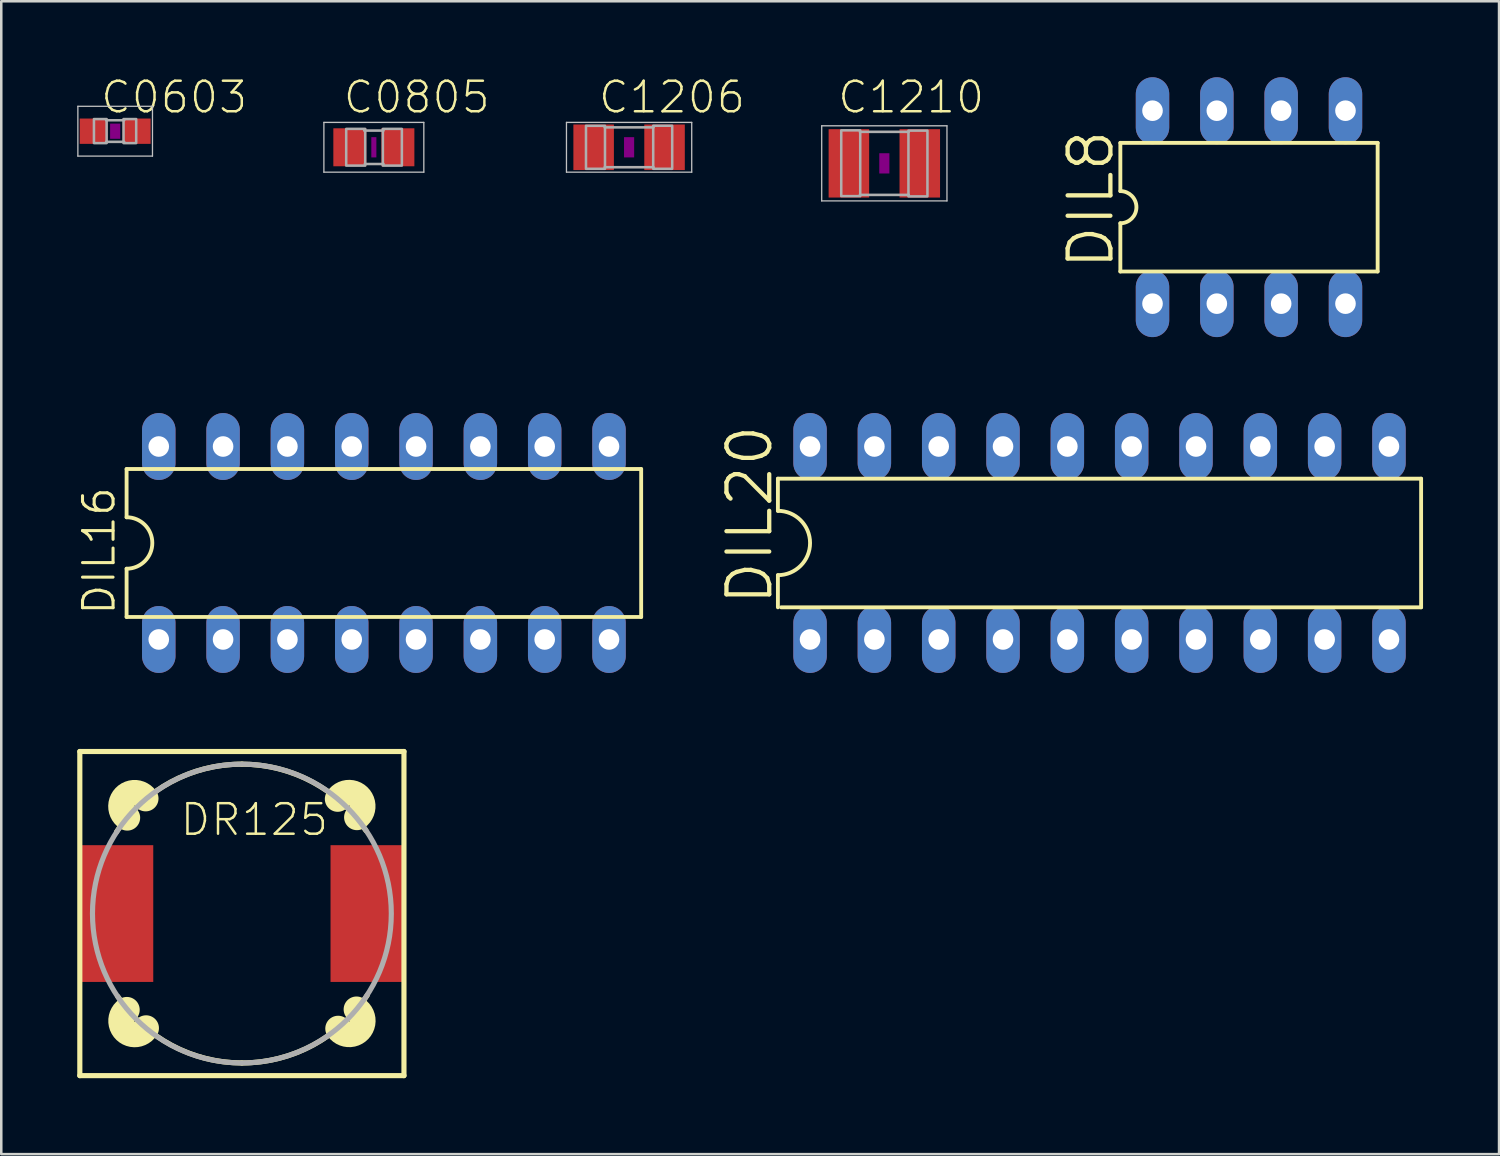
<source format=kicad_pcb>
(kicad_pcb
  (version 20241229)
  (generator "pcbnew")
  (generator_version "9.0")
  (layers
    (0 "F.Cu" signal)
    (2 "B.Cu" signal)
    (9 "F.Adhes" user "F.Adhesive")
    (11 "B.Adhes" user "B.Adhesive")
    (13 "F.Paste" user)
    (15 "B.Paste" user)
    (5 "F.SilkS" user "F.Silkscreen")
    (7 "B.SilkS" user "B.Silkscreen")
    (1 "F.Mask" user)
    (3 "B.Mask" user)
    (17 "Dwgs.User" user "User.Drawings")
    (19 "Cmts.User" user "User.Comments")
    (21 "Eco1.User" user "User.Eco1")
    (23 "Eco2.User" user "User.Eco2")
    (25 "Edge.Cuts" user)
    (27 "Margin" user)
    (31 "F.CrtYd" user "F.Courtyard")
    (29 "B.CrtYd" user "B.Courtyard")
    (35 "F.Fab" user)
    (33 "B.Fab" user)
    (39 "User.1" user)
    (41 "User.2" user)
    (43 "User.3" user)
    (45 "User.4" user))
  (footprint "DIL16"
    (layer "F.Cu")
    (at 12.109 18.392)
    (property "Reference" "DIL16" (at -10.541 2.921 90) (layer "F.SilkS") (effects (font (size 1.206 1.206) (thickness 0.121)) (justify left bottom)))
    (attr through_hole)
    (fp_line (start -10.16 -2.921) (end -10.16 -1.016) (stroke (width 0.152) (type solid)) (layer "F.SilkS"))
    (fp_line (start -10.16 2.921) (end -10.16 1.016) (stroke (width 0.152) (type solid)) (layer "F.SilkS"))
    (fp_line (start -10.16 2.921) (end 10.16 2.921) (stroke (width 0.152) (type solid)) (layer "F.SilkS"))
    (fp_line (start 10.16 -2.921) (end -10.16 -2.921) (stroke (width 0.152) (type solid)) (layer "F.SilkS"))
    (fp_line (start 10.16 -2.921) (end 10.16 2.921) (stroke (width 0.152) (type solid)) (layer "F.SilkS"))
    (fp_arc (start -10.16 -1.016) (mid -9.144 0) (end -10.16 1.016) (stroke (width 0.1524) (type solid)) (layer "F.SilkS"))
    (pad "1" thru_hole oval (at -8.89 3.81 90) (size 2.642 1.321) (drill 0.813) (layers "*.Cu" "*.Mask"))
    (pad "2" thru_hole oval (at -6.35 3.81 90) (size 2.642 1.321) (drill 0.813) (layers "*.Cu" "*.Mask"))
    (pad "3" thru_hole oval (at -3.81 3.81 90) (size 2.642 1.321) (drill 0.813) (layers "*.Cu" "*.Mask"))
    (pad "4" thru_hole oval (at -1.27 3.81 90) (size 2.642 1.321) (drill 0.813) (layers "*.Cu" "*.Mask"))
    (pad "5" thru_hole oval (at 1.27 3.81 90) (size 2.642 1.321) (drill 0.813) (layers "*.Cu" "*.Mask"))
    (pad "6" thru_hole oval (at 3.81 3.81 90) (size 2.642 1.321) (drill 0.813) (layers "*.Cu" "*.Mask"))
    (pad "7" thru_hole oval (at 6.35 3.81 90) (size 2.642 1.321) (drill 0.813) (layers "*.Cu" "*.Mask"))
    (pad "8" thru_hole oval (at 8.89 3.81 90) (size 2.642 1.321) (drill 0.813) (layers "*.Cu" "*.Mask"))
    (pad "9" thru_hole oval (at 8.89 -3.81 90) (size 2.642 1.321) (drill 0.813) (layers "*.Cu" "*.Mask"))
    (pad "10" thru_hole oval (at 6.35 -3.81 90) (size 2.642 1.321) (drill 0.813) (layers "*.Cu" "*.Mask"))
    (pad "11" thru_hole oval (at 3.81 -3.81 90) (size 2.642 1.321) (drill 0.813) (layers "*.Cu" "*.Mask"))
    (pad "12" thru_hole oval (at 1.27 -3.81 90) (size 2.642 1.321) (drill 0.813) (layers "*.Cu" "*.Mask"))
    (pad "13" thru_hole oval (at -1.27 -3.81 90) (size 2.642 1.321) (drill 0.813) (layers "*.Cu" "*.Mask"))
    (pad "14" thru_hole oval (at -3.81 -3.81 90) (size 2.642 1.321) (drill 0.813) (layers "*.Cu" "*.Mask"))
    (pad "15" thru_hole oval (at -6.35 -3.81 90) (size 2.642 1.321) (drill 0.813) (layers "*.Cu" "*.Mask"))
    (pad "16" thru_hole oval (at -8.89 -3.81 90) (size 2.642 1.321) (drill 0.813) (layers "*.Cu" "*.Mask")))
  (footprint "DIL8"
    (layer "F.Cu")
    (at 46.271 5.131)
    (property "Reference" "DIL8" (at -5.258 2.54 90) (layer "F.SilkS") (effects (font (size 1.689 1.689) (thickness 0.169)) (justify left bottom)))
    (attr through_hole)
    (fp_line (start -5.08 -2.54) (end -5.08 -0.635) (stroke (width 0.152) (type solid)) (layer "F.SilkS"))
    (fp_line (start -5.08 -2.54) (end 5.08 -2.54) (stroke (width 0.152) (type solid)) (layer "F.SilkS"))
    (fp_line (start -5.08 0.635) (end -5.08 2.54) (stroke (width 0.152) (type solid)) (layer "F.SilkS"))
    (fp_line (start 5.08 2.54) (end -5.08 2.54) (stroke (width 0.152) (type solid)) (layer "F.SilkS"))
    (fp_line (start 5.08 2.54) (end 5.08 -2.54) (stroke (width 0.152) (type solid)) (layer "F.SilkS"))
    (fp_arc (start -5.08 -0.635) (mid -4.445 0) (end -5.08 0.635) (stroke (width 0.1524) (type solid)) (layer "F.SilkS"))
    (pad "1" thru_hole oval (at -3.81 3.81 90) (size 2.642 1.321) (drill 0.813) (layers "*.Cu" "*.Mask"))
    (pad "2" thru_hole oval (at -1.27 3.81 90) (size 2.642 1.321) (drill 0.813) (layers "*.Cu" "*.Mask"))
    (pad "3" thru_hole oval (at 1.27 3.81 90) (size 2.642 1.321) (drill 0.813) (layers "*.Cu" "*.Mask"))
    (pad "4" thru_hole oval (at 3.81 3.81 90) (size 2.642 1.321) (drill 0.813) (layers "*.Cu" "*.Mask"))
    (pad "5" thru_hole oval (at 3.81 -3.81 90) (size 2.642 1.321) (drill 0.813) (layers "*.Cu" "*.Mask"))
    (pad "6" thru_hole oval (at 1.27 -3.81 90) (size 2.642 1.321) (drill 0.813) (layers "*.Cu" "*.Mask"))
    (pad "7" thru_hole oval (at -1.27 -3.81 90) (size 2.642 1.321) (drill 0.813) (layers "*.Cu" "*.Mask"))
    (pad "8" thru_hole oval (at -3.81 -3.81 90) (size 2.642 1.321) (drill 0.813) (layers "*.Cu" "*.Mask")))
  (footprint "DIL20"
    (layer "F.Cu")
    (at 27.668 18.392)
    (property "Reference" "DIL20" (at -0.127 2.54 90) (layer "F.SilkS") (effects (font (size 1.689 1.689) (thickness 0.169)) (justify left bottom)))
    (attr through_hole)
    (fp_line (start 0 -2.54) (end 0 -1.27) (stroke (width 0.152) (type solid)) (layer "F.SilkS"))
    (fp_line (start 0 -2.54) (end 25.4 -2.54) (stroke (width 0.152) (type solid)) (layer "F.SilkS"))
    (fp_line (start 0 1.27) (end 0 2.54) (stroke (width 0.152) (type solid)) (layer "F.SilkS"))
    (fp_line (start 0.127 2.54) (end 25.4 2.54) (stroke (width 0.152) (type solid)) (layer "F.SilkS"))
    (fp_line (start 25.4 2.54) (end 25.4 -2.54) (stroke (width 0.152) (type solid)) (layer "F.SilkS"))
    (fp_arc (start 0 -1.27) (mid 1.27 0) (end 0 1.27) (stroke (width 0.1524) (type solid)) (layer "F.SilkS"))
    (pad "1" thru_hole oval (at 1.27 3.81 90) (size 2.642 1.321) (drill 0.813) (layers "*.Cu" "*.Mask"))
    (pad "2" thru_hole oval (at 3.81 3.81 90) (size 2.642 1.321) (drill 0.813) (layers "*.Cu" "*.Mask"))
    (pad "3" thru_hole oval (at 6.35 3.81 90) (size 2.642 1.321) (drill 0.813) (layers "*.Cu" "*.Mask"))
    (pad "4" thru_hole oval (at 8.89 3.81 90) (size 2.642 1.321) (drill 0.813) (layers "*.Cu" "*.Mask"))
    (pad "5" thru_hole oval (at 11.43 3.81 90) (size 2.642 1.321) (drill 0.813) (layers "*.Cu" "*.Mask"))
    (pad "6" thru_hole oval (at 13.97 3.81 90) (size 2.642 1.321) (drill 0.813) (layers "*.Cu" "*.Mask"))
    (pad "7" thru_hole oval (at 16.51 3.81 90) (size 2.642 1.321) (drill 0.813) (layers "*.Cu" "*.Mask"))
    (pad "8" thru_hole oval (at 19.05 3.81 90) (size 2.642 1.321) (drill 0.813) (layers "*.Cu" "*.Mask"))
    (pad "9" thru_hole oval (at 21.59 3.81 90) (size 2.642 1.321) (drill 0.813) (layers "*.Cu" "*.Mask"))
    (pad "10" thru_hole oval (at 24.13 3.81 90) (size 2.642 1.321) (drill 0.813) (layers "*.Cu" "*.Mask"))
    (pad "11" thru_hole oval (at 24.13 -3.81 90) (size 2.642 1.321) (drill 0.813) (layers "*.Cu" "*.Mask"))
    (pad "12" thru_hole oval (at 21.59 -3.81 90) (size 2.642 1.321) (drill 0.813) (layers "*.Cu" "*.Mask"))
    (pad "13" thru_hole oval (at 19.05 -3.81 90) (size 2.642 1.321) (drill 0.813) (layers "*.Cu" "*.Mask"))
    (pad "14" thru_hole oval (at 16.51 -3.81 90) (size 2.642 1.321) (drill 0.813) (layers "*.Cu" "*.Mask"))
    (pad "15" thru_hole oval (at 13.97 -3.81 90) (size 2.642 1.321) (drill 0.813) (layers "*.Cu" "*.Mask"))
    (pad "16" thru_hole oval (at 11.43 -3.81 90) (size 2.642 1.321) (drill 0.813) (layers "*.Cu" "*.Mask"))
    (pad "17" thru_hole oval (at 8.89 -3.81 90) (size 2.642 1.321) (drill 0.813) (layers "*.Cu" "*.Mask"))
    (pad "18" thru_hole oval (at 6.35 -3.81 90) (size 2.642 1.321) (drill 0.813) (layers "*.Cu" "*.Mask"))
    (pad "19" thru_hole oval (at 3.81 -3.81 90) (size 2.642 1.321) (drill 0.813) (layers "*.Cu" "*.Mask"))
    (pad "20" thru_hole oval (at 1.27 -3.81 90) (size 2.642 1.321) (drill 0.813) (layers "*.Cu" "*.Mask")))
  (footprint "DR125"
    (layer "F.Cu")
    (at 6.502 33.025)
    (property "Reference" "DR125" (at -2.5 -3 180) (layer "F.SilkS") (effects (font (size 1.206 1.206) (thickness 0.097)) (justify left bottom)))
    (attr through_hole)
    (fp_line (start -6.4 -6.4) (end 6.4 -6.4) (stroke (width 0.203) (type solid)) (layer "F.SilkS"))
    (fp_line (start -6.4 6.4) (end -6.4 -6.4) (stroke (width 0.203) (type solid)) (layer "F.SilkS"))
    (fp_line (start 6.4 -6.4) (end 6.4 6.4) (stroke (width 0.203) (type solid)) (layer "F.SilkS"))
    (fp_line (start 6.4 6.4) (end -6.4 6.4) (stroke (width 0.203) (type solid)) (layer "F.SilkS"))
    (fp_arc (start -4.95 -3.225) (mid -2.814412 -5.190572) (end 0 -5.9) (stroke (width 0.2032) (type solid)) (layer "F.SilkS"))
    (fp_arc (start -4.5254 -3.783) (mid -4.624306 -4.602932) (end -3.8006 -4.543099) (stroke (width 1.016) (type solid)) (layer "F.SilkS"))
    (fp_arc (start -3.783 4.5254) (mid -4.602932 4.624306) (end -4.543099 3.8006) (stroke (width 1.016) (type solid)) (layer "F.SilkS"))
    (fp_arc (start 0 -5.9) (mid 2.778519 -5.200736) (end 4.9 -3.275) (stroke (width 0.2032) (type solid)) (layer "F.SilkS"))
    (fp_arc (start 0 5.9) (mid -2.778519 5.200736) (end -4.9 3.275) (stroke (width 0.2032) (type solid)) (layer "F.SilkS"))
    (fp_arc (start 3.783 -4.5254) (mid 4.602932 -4.624306) (end 4.543099 -3.8006) (stroke (width 1.016) (type solid)) (layer "F.SilkS"))
    (fp_arc (start 4.5254 3.783) (mid 4.624306 4.602932) (end 3.8006 4.543099) (stroke (width 1.016) (type solid)) (layer "F.SilkS"))
    (fp_arc (start 4.95 3.225) (mid 2.814412 5.190572) (end 0 5.9) (stroke (width 0.2032) (type solid)) (layer "F.SilkS"))
    (fp_circle (center 0 0) (end 5.9 0) (stroke (width 0.203) (type solid)) (fill no) (layer "F.Fab"))
    (pad "1" smd rect (at -4.95 0) (size 2.9 5.4) (layers "F.Cu" "F.Mask" "F.Paste"))
    (pad "2" smd rect (at 4.95 0) (size 2.9 5.4) (layers "F.Cu" "F.Mask" "F.Paste")))
  (footprint "C0603"
    (layer "F.Cu")
    (at 1.498 2.131)
    (property "Reference" "C0603" (at -0.635 -0.635 180) (layer "F.SilkS") (effects (font (size 1.206 1.206) (thickness 0.097)) (justify left bottom)))
    (attr through_hole)
    (fp_poly (pts (xy -0.2 0.3) (xy 0.2 0.3) (xy 0.2 -0.3) (xy -0.2 -0.3)) (stroke (width 0) (type solid)) (fill yes) (layer "F.Adhes"))
    (fp_line (start -1.473 -0.983) (end 1.473 -0.983) (stroke (width 0.051) (type solid)) (layer "Dwgs.User"))
    (fp_line (start -1.473 0.983) (end -1.473 -0.983) (stroke (width 0.051) (type solid)) (layer "Dwgs.User"))
    (fp_line (start 1.473 -0.983) (end 1.473 0.983) (stroke (width 0.051) (type solid)) (layer "Dwgs.User"))
    (fp_line (start 1.473 0.983) (end -1.473 0.983) (stroke (width 0.051) (type solid)) (layer "Dwgs.User"))
    (fp_line (start -0.356 -0.432) (end 0.356 -0.432) (stroke (width 0.102) (type solid)) (layer "F.Fab"))
    (fp_line (start -0.356 0.419) (end 0.356 0.419) (stroke (width 0.102) (type solid)) (layer "F.Fab"))
    (fp_poly (pts (xy -0.838 0.47) (xy -0.338 0.47) (xy -0.338 -0.48) (xy -0.838 -0.48)) (stroke (width 0.1) (type solid)) (fill no) (layer "F.Fab"))
    (fp_poly (pts (xy 0.33 0.47) (xy 0.83 0.47) (xy 0.83 -0.48) (xy 0.33 -0.48)) (stroke (width 0.1) (type solid)) (fill no) (layer "F.Fab"))
    (pad "1" smd rect (at -0.85 0) (size 1.1 1) (layers "F.Cu" "F.Mask" "F.Paste"))
    (pad "2" smd rect (at 0.85 0) (size 1.1 1) (layers "F.Cu" "F.Mask" "F.Paste")))
  (footprint "C1206"
    (layer "F.Cu")
    (at 21.792 2.766)
    (property "Reference" "C1206" (at -1.27 -1.27 0) (layer "F.SilkS") (effects (font (size 1.206 1.206) (thickness 0.097)) (justify left bottom)))
    (attr through_hole)
    (fp_poly (pts (xy -0.2 0.4) (xy 0.2 0.4) (xy 0.2 -0.4) (xy -0.2 -0.4)) (stroke (width 0) (type solid)) (fill yes) (layer "F.Adhes"))
    (fp_line (start -2.473 -0.983) (end 2.473 -0.983) (stroke (width 0.051) (type solid)) (layer "Dwgs.User"))
    (fp_line (start -2.473 0.983) (end -2.473 -0.983) (stroke (width 0.051) (type solid)) (layer "Dwgs.User"))
    (fp_line (start 2.473 -0.983) (end 2.473 0.983) (stroke (width 0.051) (type solid)) (layer "Dwgs.User"))
    (fp_line (start 2.473 0.983) (end -2.473 0.983) (stroke (width 0.051) (type solid)) (layer "Dwgs.User"))
    (fp_line (start -0.965 -0.787) (end 0.965 -0.787) (stroke (width 0.102) (type solid)) (layer "F.Fab"))
    (fp_line (start -0.965 0.787) (end 0.965 0.787) (stroke (width 0.102) (type solid)) (layer "F.Fab"))
    (fp_poly (pts (xy -1.702 0.851) (xy -0.952 0.851) (xy -0.952 -0.849) (xy -1.702 -0.849)) (stroke (width 0.1) (type solid)) (fill no) (layer "F.Fab"))
    (fp_poly (pts (xy 0.952 0.849) (xy 1.702 0.849) (xy 1.702 -0.851) (xy 0.952 -0.851)) (stroke (width 0.1) (type solid)) (fill no) (layer "F.Fab"))
    (pad "1" smd rect (at -1.4 0) (size 1.6 1.8) (layers "F.Cu" "F.Mask" "F.Paste"))
    (pad "2" smd rect (at 1.4 0) (size 1.6 1.8) (layers "F.Cu" "F.Mask" "F.Paste")))
  (footprint "C0805"
    (layer "F.Cu")
    (at 11.713 2.766)
    (property "Reference" "C0805" (at -1.27 -1.27 0) (layer "F.SilkS") (effects (font (size 1.206 1.206) (thickness 0.097)) (justify left bottom)))
    (attr through_hole)
    (fp_poly (pts (xy -0.1 0.4) (xy 0.1 0.4) (xy 0.1 -0.4) (xy -0.1 -0.4)) (stroke (width 0) (type solid)) (fill yes) (layer "F.Adhes"))
    (fp_line (start -1.973 -0.983) (end 1.973 -0.983) (stroke (width 0.051) (type solid)) (layer "Dwgs.User"))
    (fp_line (start -1.973 0.983) (end -1.973 -0.983) (stroke (width 0.051) (type solid)) (layer "Dwgs.User"))
    (fp_line (start 1.973 -0.983) (end 1.973 0.983) (stroke (width 0.051) (type solid)) (layer "Dwgs.User"))
    (fp_line (start 1.973 0.983) (end -1.973 0.983) (stroke (width 0.051) (type solid)) (layer "Dwgs.User"))
    (fp_line (start -0.381 -0.66) (end 0.381 -0.66) (stroke (width 0.102) (type solid)) (layer "F.Fab"))
    (fp_line (start -0.356 0.66) (end 0.381 0.66) (stroke (width 0.102) (type solid)) (layer "F.Fab"))
    (fp_poly (pts (xy -1.092 0.724) (xy -0.342 0.724) (xy -0.342 -0.726) (xy -1.092 -0.726)) (stroke (width 0.1) (type solid)) (fill no) (layer "F.Fab"))
    (fp_poly (pts (xy 0.356 0.724) (xy 1.106 0.724) (xy 1.106 -0.726) (xy 0.356 -0.726)) (stroke (width 0.1) (type solid)) (fill no) (layer "F.Fab"))
    (pad "1" smd rect (at -0.95 0) (size 1.3 1.5) (layers "F.Cu" "F.Mask" "F.Paste"))
    (pad "2" smd rect (at 0.95 0) (size 1.3 1.5) (layers "F.Cu" "F.Mask" "F.Paste")))
  (footprint "C1210"
    (layer "F.Cu")
    (at 31.871 3.401)
    (property "Reference" "C1210" (at -1.905 -1.905 180) (layer "F.SilkS") (effects (font (size 1.206 1.206) (thickness 0.097)) (justify left bottom)))
    (attr through_hole)
    (fp_poly (pts (xy -0.2 0.4) (xy 0.2 0.4) (xy 0.2 -0.4) (xy -0.2 -0.4)) (stroke (width 0) (type solid)) (fill yes) (layer "F.Adhes"))
    (fp_line (start -2.473 -1.483) (end 2.473 -1.483) (stroke (width 0.051) (type solid)) (layer "Dwgs.User"))
    (fp_line (start -2.473 1.483) (end -2.473 -1.483) (stroke (width 0.051) (type solid)) (layer "Dwgs.User"))
    (fp_line (start 2.473 -1.483) (end 2.473 1.483) (stroke (width 0.051) (type solid)) (layer "Dwgs.User"))
    (fp_line (start 2.473 1.483) (end -2.473 1.483) (stroke (width 0.051) (type solid)) (layer "Dwgs.User"))
    (fp_line (start -0.965 -1.245) (end 0.965 -1.245) (stroke (width 0.102) (type solid)) (layer "F.Fab"))
    (fp_line (start -0.965 1.245) (end 0.965 1.245) (stroke (width 0.102) (type solid)) (layer "F.Fab"))
    (fp_poly (pts (xy -1.702 1.295) (xy -0.952 1.295) (xy -0.952 -1.304) (xy -1.702 -1.304)) (stroke (width 0.1) (type solid)) (fill no) (layer "F.Fab"))
    (fp_poly (pts (xy 0.952 1.304) (xy 1.702 1.304) (xy 1.702 -1.295) (xy 0.952 -1.295)) (stroke (width 0.1) (type solid)) (fill no) (layer "F.Fab"))
    (pad "1" smd rect (at -1.4 0) (size 1.6 2.7) (layers "F.Cu" "F.Mask" "F.Paste"))
    (pad "2" smd rect (at 1.4 0) (size 1.6 2.7) (layers "F.Cu" "F.Mask" "F.Paste")))
  (gr_rect
    (start -3 -3)
    (end 56.145 42.526)
    (stroke (width 0.1) (type default))
    (fill no)
    (layer "Edge.Cuts")))
</source>
